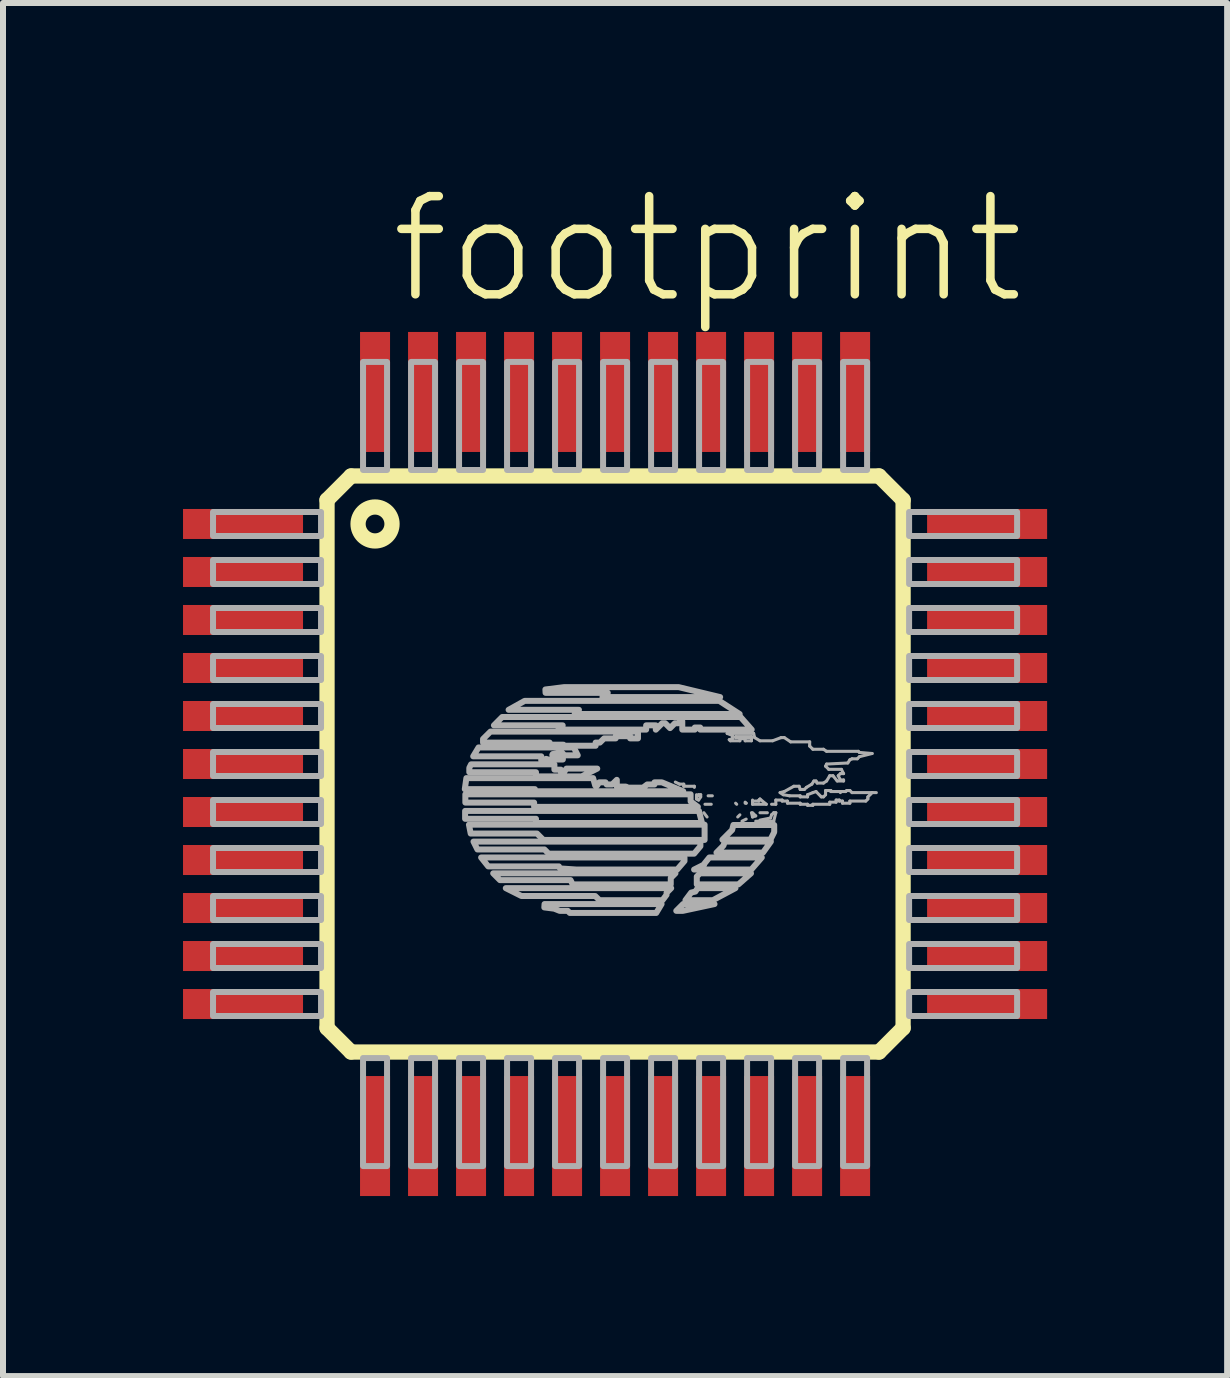
<source format=kicad_pcb>
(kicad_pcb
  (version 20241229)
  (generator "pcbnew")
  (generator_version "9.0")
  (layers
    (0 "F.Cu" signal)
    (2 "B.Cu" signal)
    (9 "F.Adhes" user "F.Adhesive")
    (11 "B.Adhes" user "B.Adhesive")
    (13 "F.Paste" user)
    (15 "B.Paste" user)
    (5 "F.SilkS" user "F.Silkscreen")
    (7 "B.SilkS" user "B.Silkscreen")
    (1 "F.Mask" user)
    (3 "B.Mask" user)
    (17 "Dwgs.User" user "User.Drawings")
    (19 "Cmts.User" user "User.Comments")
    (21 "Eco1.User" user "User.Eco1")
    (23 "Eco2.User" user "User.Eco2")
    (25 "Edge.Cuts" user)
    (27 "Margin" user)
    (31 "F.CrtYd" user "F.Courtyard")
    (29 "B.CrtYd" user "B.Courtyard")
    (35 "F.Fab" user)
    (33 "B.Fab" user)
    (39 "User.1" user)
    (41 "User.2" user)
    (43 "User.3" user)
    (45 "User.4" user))
  (footprint "footprint"
    (layer "F.Cu")
    (at 7.2 9.682)
    (property "Reference" "footprint" (at -3.81 -7.62 0) (layer "F.SilkS") (effects (font (size 1.636 1.636) (thickness 0.142)) (justify left bottom)))
    (fp_line (start -4.8 -4.4) (end -4.4 -4.8) (stroke (width 0.254) (type solid)) (layer "F.SilkS"))
    (fp_line (start -4.8 4.4) (end -4.8 -4.4) (stroke (width 0.254) (type solid)) (layer "F.SilkS"))
    (fp_line (start -4.4 -4.8) (end 4.4 -4.8) (stroke (width 0.254) (type solid)) (layer "F.SilkS"))
    (fp_line (start -4.4 4.8) (end -4.8 4.4) (stroke (width 0.254) (type solid)) (layer "F.SilkS"))
    (fp_line (start 4.4 -4.8) (end 4.8 -4.4) (stroke (width 0.254) (type solid)) (layer "F.SilkS"))
    (fp_line (start 4.4 4.8) (end -4.4 4.8) (stroke (width 0.254) (type solid)) (layer "F.SilkS"))
    (fp_line (start 4.8 -4.4) (end 4.8 4.4) (stroke (width 0.254) (type solid)) (layer "F.SilkS"))
    (fp_line (start 4.8 4.4) (end 4.4 4.8) (stroke (width 0.254) (type solid)) (layer "F.SilkS"))
    (fp_circle (center -4 -4) (end -3.717 -4) (stroke (width 0.254) (type solid)) (fill no) (layer "F.SilkS"))
    (fp_line (start 1.075 0.336) (end 1.004 0.301) (stroke (width 0.051) (type solid)) (layer "F.Fab"))
    (fp_line (start 1.145 0.336) (end 1.075 0.336) (stroke (width 0.051) (type solid)) (layer "F.Fab"))
    (fp_line (start 1.145 0.371) (end 1.145 0.336) (stroke (width 0.051) (type solid)) (layer "F.Fab"))
    (fp_line (start 1.321 0.371) (end 1.145 0.371) (stroke (width 0.051) (type solid)) (layer "F.Fab"))
    (fp_line (start 1.321 0.389) (end 1.321 0.371) (stroke (width 0.051) (type solid)) (layer "F.Fab"))
    (fp_line (start 1.357 0.512) (end 1.357 0.583) (stroke (width 0.051) (type solid)) (layer "F.Fab"))
    (fp_line (start 1.357 0.583) (end 1.392 0.601) (stroke (width 0.051) (type solid)) (layer "F.Fab"))
    (fp_line (start 1.392 0.512) (end 1.392 0.53) (stroke (width 0.051) (type solid)) (layer "F.Fab"))
    (fp_line (start 1.392 0.601) (end 1.427 0.548) (stroke (width 0.051) (type solid)) (layer "F.Fab"))
    (fp_line (start 1.427 0.512) (end 1.392 0.512) (stroke (width 0.051) (type solid)) (layer "F.Fab"))
    (fp_line (start 1.427 0.548) (end 1.427 0.512) (stroke (width 0.051) (type solid)) (layer "F.Fab"))
    (fp_line (start 1.48 0.812) (end 1.533 0.883) (stroke (width 0.051) (type solid)) (layer "F.Fab"))
    (fp_line (start 1.498 0.671) (end 1.603 0.671) (stroke (width 0.051) (type solid)) (layer "F.Fab"))
    (fp_line (start 1.551 0.53) (end 1.621 0.53) (stroke (width 0.051) (type solid)) (layer "F.Fab"))
    (fp_line (start 1.868 -0.51) (end 1.956 -0.475) (stroke (width 0.051) (type solid)) (layer "F.Fab"))
    (fp_line (start 1.903 -0.405) (end 1.921 -0.387) (stroke (width 0.051) (type solid)) (layer "F.Fab"))
    (fp_line (start 1.921 -0.387) (end 2.08 -0.387) (stroke (width 0.051) (type solid)) (layer "F.Fab"))
    (fp_line (start 1.956 -0.475) (end 1.956 -0.422) (stroke (width 0.051) (type solid)) (layer "F.Fab"))
    (fp_line (start 1.956 -0.422) (end 1.903 -0.405) (stroke (width 0.051) (type solid)) (layer "F.Fab"))
    (fp_line (start 2.009 -0.457) (end 2.009 -0.44) (stroke (width 0.051) (type solid)) (layer "F.Fab"))
    (fp_line (start 2.009 -0.44) (end 2.238 -0.44) (stroke (width 0.051) (type solid)) (layer "F.Fab"))
    (fp_line (start 2.009 0.653) (end 2.027 0.671) (stroke (width 0.051) (type solid)) (layer "F.Fab"))
    (fp_line (start 2.08 -0.422) (end 2.168 -0.422) (stroke (width 0.051) (type solid)) (layer "F.Fab"))
    (fp_line (start 2.08 -0.387) (end 2.08 -0.422) (stroke (width 0.051) (type solid)) (layer "F.Fab"))
    (fp_line (start 2.08 0.847) (end 2.044 0.883) (stroke (width 0.051) (type solid)) (layer "F.Fab"))
    (fp_line (start 2.115 0.953) (end 2.185 0.918) (stroke (width 0.051) (type solid)) (layer "F.Fab"))
    (fp_line (start 2.168 -0.422) (end 2.168 -0.387) (stroke (width 0.051) (type solid)) (layer "F.Fab"))
    (fp_line (start 2.168 -0.387) (end 2.273 -0.387) (stroke (width 0.051) (type solid)) (layer "F.Fab"))
    (fp_line (start 2.168 0.636) (end 2.185 0.653) (stroke (width 0.051) (type solid)) (layer "F.Fab"))
    (fp_line (start 2.185 0.653) (end 2.168 0.653) (stroke (width 0.051) (type solid)) (layer "F.Fab"))
    (fp_line (start 2.273 -0.457) (end 2.009 -0.457) (stroke (width 0.051) (type solid)) (layer "F.Fab"))
    (fp_line (start 2.273 -0.387) (end 2.273 -0.457) (stroke (width 0.051) (type solid)) (layer "F.Fab"))
    (fp_line (start 2.273 0.812) (end 2.291 0.883) (stroke (width 0.051) (type solid)) (layer "F.Fab"))
    (fp_line (start 2.291 0.601) (end 2.291 0.671) (stroke (width 0.051) (type solid)) (layer "F.Fab"))
    (fp_line (start 2.291 0.671) (end 2.52 0.671) (stroke (width 0.051) (type solid)) (layer "F.Fab"))
    (fp_line (start 2.291 0.883) (end 2.344 0.865) (stroke (width 0.051) (type solid)) (layer "F.Fab"))
    (fp_line (start 2.309 -0.51) (end 1.868 -0.51) (stroke (width 0.051) (type solid)) (layer "F.Fab"))
    (fp_line (start 2.326 -0.44) (end 2.309 -0.51) (stroke (width 0.051) (type solid)) (layer "F.Fab"))
    (fp_line (start 2.344 0.865) (end 2.291 0.812) (stroke (width 0.051) (type solid)) (layer "F.Fab"))
    (fp_line (start 2.344 0.953) (end 2.644 0.953) (stroke (width 0.051) (type solid)) (layer "F.Fab"))
    (fp_line (start 2.397 0.601) (end 2.397 0.618) (stroke (width 0.051) (type solid)) (layer "F.Fab"))
    (fp_line (start 2.397 0.618) (end 2.326 0.618) (stroke (width 0.051) (type solid)) (layer "F.Fab"))
    (fp_line (start 2.415 -0.387) (end 2.326 -0.44) (stroke (width 0.051) (type solid)) (layer "F.Fab"))
    (fp_line (start 2.415 0.583) (end 2.397 0.601) (stroke (width 0.051) (type solid)) (layer "F.Fab"))
    (fp_line (start 2.415 0.812) (end 2.538 0.812) (stroke (width 0.051) (type solid)) (layer "F.Fab"))
    (fp_line (start 2.52 0.671) (end 2.415 0.583) (stroke (width 0.051) (type solid)) (layer "F.Fab"))
    (fp_line (start 2.591 0.9) (end 2.415 0.935) (stroke (width 0.051) (type solid)) (layer "F.Fab"))
    (fp_line (start 2.608 0.671) (end 2.679 0.671) (stroke (width 0.051) (type solid)) (layer "F.Fab"))
    (fp_line (start 2.608 0.847) (end 2.591 0.9) (stroke (width 0.051) (type solid)) (layer "F.Fab"))
    (fp_line (start 2.626 -0.387) (end 2.415 -0.387) (stroke (width 0.051) (type solid)) (layer "F.Fab"))
    (fp_line (start 2.644 0.812) (end 2.608 0.847) (stroke (width 0.051) (type solid)) (layer "F.Fab"))
    (fp_line (start 2.644 0.953) (end 2.679 0.812) (stroke (width 0.051) (type solid)) (layer "F.Fab"))
    (fp_line (start 2.679 0.601) (end 2.785 0.601) (stroke (width 0.051) (type solid)) (layer "F.Fab"))
    (fp_line (start 2.679 0.671) (end 2.679 0.601) (stroke (width 0.051) (type solid)) (layer "F.Fab"))
    (fp_line (start 2.679 0.812) (end 2.644 0.812) (stroke (width 0.051) (type solid)) (layer "F.Fab"))
    (fp_line (start 2.75 0.477) (end 2.82 0.459) (stroke (width 0.051) (type solid)) (layer "F.Fab"))
    (fp_line (start 2.767 -0.44) (end 2.626 -0.387) (stroke (width 0.051) (type solid)) (layer "F.Fab"))
    (fp_line (start 2.785 0.601) (end 2.785 0.618) (stroke (width 0.051) (type solid)) (layer "F.Fab"))
    (fp_line (start 2.785 0.618) (end 2.873 0.618) (stroke (width 0.051) (type solid)) (layer "F.Fab"))
    (fp_line (start 2.803 0.512) (end 2.75 0.477) (stroke (width 0.051) (type solid)) (layer "F.Fab"))
    (fp_line (start 2.82 -0.44) (end 2.767 -0.44) (stroke (width 0.051) (type solid)) (layer "F.Fab"))
    (fp_line (start 2.82 0.459) (end 2.979 0.371) (stroke (width 0.051) (type solid)) (layer "F.Fab"))
    (fp_line (start 2.873 0.618) (end 2.873 0.653) (stroke (width 0.051) (type solid)) (layer "F.Fab"))
    (fp_line (start 2.873 0.653) (end 3.085 0.653) (stroke (width 0.051) (type solid)) (layer "F.Fab"))
    (fp_line (start 2.908 0.53) (end 2.803 0.512) (stroke (width 0.051) (type solid)) (layer "F.Fab"))
    (fp_line (start 2.926 -0.369) (end 2.82 -0.44) (stroke (width 0.051) (type solid)) (layer "F.Fab"))
    (fp_line (start 2.979 0.371) (end 3.067 0.371) (stroke (width 0.051) (type solid)) (layer "F.Fab"))
    (fp_line (start 3.067 0.371) (end 3.085 0.424) (stroke (width 0.051) (type solid)) (layer "F.Fab"))
    (fp_line (start 3.085 0.424) (end 3.155 0.424) (stroke (width 0.051) (type solid)) (layer "F.Fab"))
    (fp_line (start 3.085 0.53) (end 2.908 0.53) (stroke (width 0.051) (type solid)) (layer "F.Fab"))
    (fp_line (start 3.085 0.548) (end 3.085 0.53) (stroke (width 0.051) (type solid)) (layer "F.Fab"))
    (fp_line (start 3.085 0.653) (end 3.085 0.671) (stroke (width 0.051) (type solid)) (layer "F.Fab"))
    (fp_line (start 3.085 0.671) (end 3.208 0.671) (stroke (width 0.051) (type solid)) (layer "F.Fab"))
    (fp_line (start 3.155 0.424) (end 3.19 0.389) (stroke (width 0.051) (type solid)) (layer "F.Fab"))
    (fp_line (start 3.19 0.389) (end 3.279 0.336) (stroke (width 0.051) (type solid)) (layer "F.Fab"))
    (fp_line (start 3.208 0.512) (end 3.208 0.548) (stroke (width 0.051) (type solid)) (layer "F.Fab"))
    (fp_line (start 3.208 0.548) (end 3.085 0.548) (stroke (width 0.051) (type solid)) (layer "F.Fab"))
    (fp_line (start 3.208 0.671) (end 3.208 0.689) (stroke (width 0.051) (type solid)) (layer "F.Fab"))
    (fp_line (start 3.208 0.689) (end 3.296 0.689) (stroke (width 0.051) (type solid)) (layer "F.Fab"))
    (fp_line (start 3.243 -0.369) (end 2.926 -0.369) (stroke (width 0.051) (type solid)) (layer "F.Fab"))
    (fp_line (start 3.243 -0.299) (end 3.243 -0.369) (stroke (width 0.051) (type solid)) (layer "F.Fab"))
    (fp_line (start 3.279 0.336) (end 3.314 0.283) (stroke (width 0.051) (type solid)) (layer "F.Fab"))
    (fp_line (start 3.296 -0.246) (end 3.243 -0.299) (stroke (width 0.051) (type solid)) (layer "F.Fab"))
    (fp_line (start 3.296 0.477) (end 3.208 0.512) (stroke (width 0.051) (type solid)) (layer "F.Fab"))
    (fp_line (start 3.296 0.671) (end 3.578 0.671) (stroke (width 0.051) (type solid)) (layer "F.Fab"))
    (fp_line (start 3.296 0.689) (end 3.296 0.671) (stroke (width 0.051) (type solid)) (layer "F.Fab"))
    (fp_line (start 3.314 0.283) (end 3.349 0.283) (stroke (width 0.051) (type solid)) (layer "F.Fab"))
    (fp_line (start 3.349 0.283) (end 3.367 0.318) (stroke (width 0.051) (type solid)) (layer "F.Fab"))
    (fp_line (start 3.349 0.459) (end 3.296 0.477) (stroke (width 0.051) (type solid)) (layer "F.Fab"))
    (fp_line (start 3.367 0.318) (end 3.473 0.318) (stroke (width 0.051) (type solid)) (layer "F.Fab"))
    (fp_line (start 3.437 0.548) (end 3.349 0.459) (stroke (width 0.051) (type solid)) (layer "F.Fab"))
    (fp_line (start 3.473 -0.246) (end 3.296 -0.246) (stroke (width 0.051) (type solid)) (layer "F.Fab"))
    (fp_line (start 3.473 0.318) (end 3.525 0.283) (stroke (width 0.051) (type solid)) (layer "F.Fab"))
    (fp_line (start 3.473 0.548) (end 3.437 0.548) (stroke (width 0.051) (type solid)) (layer "F.Fab"))
    (fp_line (start 3.508 0.036) (end 3.525 0.001) (stroke (width 0.051) (type solid)) (layer "F.Fab"))
    (fp_line (start 3.508 0.442) (end 3.508 0.512) (stroke (width 0.051) (type solid)) (layer "F.Fab"))
    (fp_line (start 3.508 0.512) (end 3.473 0.548) (stroke (width 0.051) (type solid)) (layer "F.Fab"))
    (fp_line (start 3.525 -0.211) (end 3.473 -0.246) (stroke (width 0.051) (type solid)) (layer "F.Fab"))
    (fp_line (start 3.525 0.001) (end 3.878 -0.017) (stroke (width 0.051) (type solid)) (layer "F.Fab"))
    (fp_line (start 3.525 0.283) (end 3.578 0.195) (stroke (width 0.051) (type solid)) (layer "F.Fab"))
    (fp_line (start 3.561 0.089) (end 3.508 0.036) (stroke (width 0.051) (type solid)) (layer "F.Fab"))
    (fp_line (start 3.578 0.195) (end 3.631 0.195) (stroke (width 0.051) (type solid)) (layer "F.Fab"))
    (fp_line (start 3.578 0.636) (end 3.684 0.636) (stroke (width 0.051) (type solid)) (layer "F.Fab"))
    (fp_line (start 3.578 0.671) (end 3.578 0.636) (stroke (width 0.051) (type solid)) (layer "F.Fab"))
    (fp_line (start 3.596 0.442) (end 3.508 0.442) (stroke (width 0.051) (type solid)) (layer "F.Fab"))
    (fp_line (start 3.596 0.459) (end 3.596 0.442) (stroke (width 0.051) (type solid)) (layer "F.Fab"))
    (fp_line (start 3.631 0.195) (end 3.702 0.283) (stroke (width 0.051) (type solid)) (layer "F.Fab"))
    (fp_line (start 3.684 0.601) (end 3.737 0.601) (stroke (width 0.051) (type solid)) (layer "F.Fab"))
    (fp_line (start 3.684 0.636) (end 3.684 0.601) (stroke (width 0.051) (type solid)) (layer "F.Fab"))
    (fp_line (start 3.702 0.283) (end 3.808 0.283) (stroke (width 0.051) (type solid)) (layer "F.Fab"))
    (fp_line (start 3.719 0.195) (end 3.755 0.16) (stroke (width 0.051) (type solid)) (layer "F.Fab"))
    (fp_line (start 3.737 0.601) (end 3.737 0.618) (stroke (width 0.051) (type solid)) (layer "F.Fab"))
    (fp_line (start 3.737 0.618) (end 3.79 0.618) (stroke (width 0.051) (type solid)) (layer "F.Fab"))
    (fp_line (start 3.755 0.16) (end 3.808 0.16) (stroke (width 0.051) (type solid)) (layer "F.Fab"))
    (fp_line (start 3.755 0.266) (end 3.719 0.195) (stroke (width 0.051) (type solid)) (layer "F.Fab"))
    (fp_line (start 3.755 0.459) (end 3.596 0.459) (stroke (width 0.051) (type solid)) (layer "F.Fab"))
    (fp_line (start 3.755 0.477) (end 3.755 0.459) (stroke (width 0.051) (type solid)) (layer "F.Fab"))
    (fp_line (start 3.772 0.089) (end 3.561 0.089) (stroke (width 0.051) (type solid)) (layer "F.Fab"))
    (fp_line (start 3.79 0.618) (end 3.79 0.653) (stroke (width 0.051) (type solid)) (layer "F.Fab"))
    (fp_line (start 3.79 0.653) (end 3.913 0.653) (stroke (width 0.051) (type solid)) (layer "F.Fab"))
    (fp_line (start 3.808 0.16) (end 3.772 0.089) (stroke (width 0.051) (type solid)) (layer "F.Fab"))
    (fp_line (start 3.808 0.266) (end 3.755 0.266) (stroke (width 0.051) (type solid)) (layer "F.Fab"))
    (fp_line (start 3.808 0.283) (end 3.808 0.266) (stroke (width 0.051) (type solid)) (layer "F.Fab"))
    (fp_line (start 3.843 0.459) (end 3.755 0.459) (stroke (width 0.051) (type solid)) (layer "F.Fab"))
    (fp_line (start 3.86 0.442) (end 3.843 0.459) (stroke (width 0.051) (type solid)) (layer "F.Fab"))
    (fp_line (start 3.878 -0.017) (end 3.913 -0.07) (stroke (width 0.051) (type solid)) (layer "F.Fab"))
    (fp_line (start 3.913 -0.07) (end 3.949 -0.087) (stroke (width 0.051) (type solid)) (layer "F.Fab"))
    (fp_line (start 3.913 0.442) (end 3.86 0.442) (stroke (width 0.051) (type solid)) (layer "F.Fab"))
    (fp_line (start 3.913 0.618) (end 4.178 0.618) (stroke (width 0.051) (type solid)) (layer "F.Fab"))
    (fp_line (start 3.913 0.653) (end 3.913 0.618) (stroke (width 0.051) (type solid)) (layer "F.Fab"))
    (fp_line (start 3.949 -0.087) (end 4.037 -0.087) (stroke (width 0.051) (type solid)) (layer "F.Fab"))
    (fp_line (start 3.949 0.477) (end 3.913 0.442) (stroke (width 0.051) (type solid)) (layer "F.Fab"))
    (fp_line (start 4.037 -0.087) (end 4.072 -0.122) (stroke (width 0.051) (type solid)) (layer "F.Fab"))
    (fp_line (start 4.054 -0.211) (end 3.525 -0.211) (stroke (width 0.051) (type solid)) (layer "F.Fab"))
    (fp_line (start 4.072 -0.193) (end 4.054 -0.211) (stroke (width 0.051) (type solid)) (layer "F.Fab"))
    (fp_line (start 4.072 -0.122) (end 4.284 -0.175) (stroke (width 0.051) (type solid)) (layer "F.Fab"))
    (fp_line (start 4.178 0.618) (end 4.213 0.583) (stroke (width 0.051) (type solid)) (layer "F.Fab"))
    (fp_line (start 4.213 0.548) (end 4.248 0.512) (stroke (width 0.051) (type solid)) (layer "F.Fab"))
    (fp_line (start 4.213 0.583) (end 4.213 0.548) (stroke (width 0.051) (type solid)) (layer "F.Fab"))
    (fp_line (start 4.248 0.512) (end 4.284 0.477) (stroke (width 0.051) (type solid)) (layer "F.Fab"))
    (fp_line (start 4.284 -0.175) (end 4.072 -0.193) (stroke (width 0.051) (type solid)) (layer "F.Fab"))
    (fp_line (start 4.284 0.477) (end 3.949 0.477) (stroke (width 0.051) (type solid)) (layer "F.Fab"))
    (fp_line (start 4.284 0.477) (end 4.354 0.477) (stroke (width 0.051) (type solid)) (layer "F.Fab"))
    (fp_poly (pts (xy -6.7 -3.8) (xy -4.9 -3.8) (xy -4.9 -4.2) (xy -6.7 -4.2)) (stroke (width 0.1) (type solid)) (fill no) (layer "F.Fab"))
    (fp_poly (pts (xy -6.7 -3) (xy -4.9 -3) (xy -4.9 -3.4) (xy -6.7 -3.4)) (stroke (width 0.1) (type solid)) (fill no) (layer "F.Fab"))
    (fp_poly (pts (xy -6.7 -2.2) (xy -4.9 -2.2) (xy -4.9 -2.6) (xy -6.7 -2.6)) (stroke (width 0.1) (type solid)) (fill no) (layer "F.Fab"))
    (fp_poly (pts (xy -6.7 -1.4) (xy -4.9 -1.4) (xy -4.9 -1.8) (xy -6.7 -1.8)) (stroke (width 0.1) (type solid)) (fill no) (layer "F.Fab"))
    (fp_poly (pts (xy -6.7 -0.6) (xy -4.9 -0.6) (xy -4.9 -1) (xy -6.7 -1)) (stroke (width 0.1) (type solid)) (fill no) (layer "F.Fab"))
    (fp_poly (pts (xy -6.7 0.2) (xy -4.9 0.2) (xy -4.9 -0.2) (xy -6.7 -0.2)) (stroke (width 0.1) (type solid)) (fill no) (layer "F.Fab"))
    (fp_poly (pts (xy -6.7 1) (xy -4.9 1) (xy -4.9 0.6) (xy -6.7 0.6)) (stroke (width 0.1) (type solid)) (fill no) (layer "F.Fab"))
    (fp_poly (pts (xy -6.7 1.8) (xy -4.9 1.8) (xy -4.9 1.4) (xy -6.7 1.4)) (stroke (width 0.1) (type solid)) (fill no) (layer "F.Fab"))
    (fp_poly (pts (xy -6.7 2.6) (xy -4.9 2.6) (xy -4.9 2.2) (xy -6.7 2.2)) (stroke (width 0.1) (type solid)) (fill no) (layer "F.Fab"))
    (fp_poly (pts (xy -6.7 3.4) (xy -4.9 3.4) (xy -4.9 3) (xy -6.7 3)) (stroke (width 0.1) (type solid)) (fill no) (layer "F.Fab"))
    (fp_poly (pts (xy -6.7 4.2) (xy -4.9 4.2) (xy -4.9 3.8) (xy -6.7 3.8)) (stroke (width 0.1) (type solid)) (fill no) (layer "F.Fab"))
    (fp_poly (pts (xy -4.2 -4.9) (xy -3.8 -4.9) (xy -3.8 -6.7) (xy -4.2 -6.7)) (stroke (width 0.1) (type solid)) (fill no) (layer "F.Fab"))
    (fp_poly (pts (xy -4.2 6.7) (xy -3.8 6.7) (xy -3.8 4.9) (xy -4.2 4.9)) (stroke (width 0.1) (type solid)) (fill no) (layer "F.Fab"))
    (fp_poly (pts (xy -3.4 -4.9) (xy -3 -4.9) (xy -3 -6.7) (xy -3.4 -6.7)) (stroke (width 0.1) (type solid)) (fill no) (layer "F.Fab"))
    (fp_poly (pts (xy -3.4 6.7) (xy -3 6.7) (xy -3 4.9) (xy -3.4 4.9)) (stroke (width 0.1) (type solid)) (fill no) (layer "F.Fab"))
    (fp_poly (pts (xy -2.6 -4.9) (xy -2.2 -4.9) (xy -2.2 -6.7) (xy -2.6 -6.7)) (stroke (width 0.1) (type solid)) (fill no) (layer "F.Fab"))
    (fp_poly (pts (xy -2.6 6.7) (xy -2.2 6.7) (xy -2.2 4.9) (xy -2.6 4.9)) (stroke (width 0.1) (type solid)) (fill no) (layer "F.Fab"))
    (fp_poly (pts (xy -1.8 -4.9) (xy -1.4 -4.9) (xy -1.4 -6.7) (xy -1.8 -6.7)) (stroke (width 0.1) (type solid)) (fill no) (layer "F.Fab"))
    (fp_poly (pts (xy -1.8 6.7) (xy -1.4 6.7) (xy -1.4 4.9) (xy -1.8 4.9)) (stroke (width 0.1) (type solid)) (fill no) (layer "F.Fab"))
    (fp_poly (pts (xy -1 -4.9) (xy -0.6 -4.9) (xy -0.6 -6.7) (xy -1 -6.7)) (stroke (width 0.1) (type solid)) (fill no) (layer "F.Fab"))
    (fp_poly (pts (xy -1 6.7) (xy -0.6 6.7) (xy -0.6 4.9) (xy -1 4.9)) (stroke (width 0.1) (type solid)) (fill no) (layer "F.Fab"))
    (fp_poly (pts (xy -0.2 -4.9) (xy 0.2 -4.9) (xy 0.2 -6.7) (xy -0.2 -6.7)) (stroke (width 0.1) (type solid)) (fill no) (layer "F.Fab"))
    (fp_poly (pts (xy -0.2 6.7) (xy 0.2 6.7) (xy 0.2 4.9) (xy -0.2 4.9)) (stroke (width 0.1) (type solid)) (fill no) (layer "F.Fab"))
    (fp_poly (pts (xy 0.6 -4.9) (xy 1 -4.9) (xy 1 -6.7) (xy 0.6 -6.7)) (stroke (width 0.1) (type solid)) (fill no) (layer "F.Fab"))
    (fp_poly (pts (xy 0.6 6.7) (xy 1 6.7) (xy 1 4.9) (xy 0.6 4.9)) (stroke (width 0.1) (type solid)) (fill no) (layer "F.Fab"))
    (fp_poly (pts (xy 1.131 2.447) (xy 1.02 2.447) (xy 1.133 2.334) (xy 1.657 2.334)) (stroke (width 0.1) (type solid)) (fill no) (layer "F.Fab"))
    (fp_poly (pts (xy 1.4 -4.9) (xy 1.8 -4.9) (xy 1.8 -6.7) (xy 1.4 -6.7)) (stroke (width 0.1) (type solid)) (fill no) (layer "F.Fab"))
    (fp_poly (pts (xy 1.4 6.7) (xy 1.8 6.7) (xy 1.8 4.9) (xy 1.4 4.9)) (stroke (width 0.1) (type solid)) (fill no) (layer "F.Fab"))
    (fp_poly (pts (xy 2.2 -4.9) (xy 2.6 -4.9) (xy 2.6 -6.7) (xy 2.2 -6.7)) (stroke (width 0.1) (type solid)) (fill no) (layer "F.Fab"))
    (fp_poly (pts (xy 2.2 6.7) (xy 2.6 6.7) (xy 2.6 4.9) (xy 2.2 4.9)) (stroke (width 0.1) (type solid)) (fill no) (layer "F.Fab"))
    (fp_poly (pts (xy 3 -4.9) (xy 3.4 -4.9) (xy 3.4 -6.7) (xy 3 -6.7)) (stroke (width 0.1) (type solid)) (fill no) (layer "F.Fab"))
    (fp_poly (pts (xy 3 6.7) (xy 3.4 6.7) (xy 3.4 4.9) (xy 3 4.9)) (stroke (width 0.1) (type solid)) (fill no) (layer "F.Fab"))
    (fp_poly (pts (xy 3.8 -4.9) (xy 4.2 -4.9) (xy 4.2 -6.7) (xy 3.8 -6.7)) (stroke (width 0.1) (type solid)) (fill no) (layer "F.Fab"))
    (fp_poly (pts (xy 3.8 6.7) (xy 4.2 6.7) (xy 4.2 4.9) (xy 3.8 4.9)) (stroke (width 0.1) (type solid)) (fill no) (layer "F.Fab"))
    (fp_poly (pts (xy 4.9 -3.8) (xy 6.7 -3.8) (xy 6.7 -4.2) (xy 4.9 -4.2)) (stroke (width 0.1) (type solid)) (fill no) (layer "F.Fab"))
    (fp_poly (pts (xy 4.9 -3) (xy 6.7 -3) (xy 6.7 -3.4) (xy 4.9 -3.4)) (stroke (width 0.1) (type solid)) (fill no) (layer "F.Fab"))
    (fp_poly (pts (xy 4.9 -2.2) (xy 6.7 -2.2) (xy 6.7 -2.6) (xy 4.9 -2.6)) (stroke (width 0.1) (type solid)) (fill no) (layer "F.Fab"))
    (fp_poly (pts (xy 4.9 -1.4) (xy 6.7 -1.4) (xy 6.7 -1.8) (xy 4.9 -1.8)) (stroke (width 0.1) (type solid)) (fill no) (layer "F.Fab"))
    (fp_poly (pts (xy 4.9 -0.6) (xy 6.7 -0.6) (xy 6.7 -1) (xy 4.9 -1)) (stroke (width 0.1) (type solid)) (fill no) (layer "F.Fab"))
    (fp_poly (pts (xy 4.9 0.2) (xy 6.7 0.2) (xy 6.7 -0.2) (xy 4.9 -0.2)) (stroke (width 0.1) (type solid)) (fill no) (layer "F.Fab"))
    (fp_poly (pts (xy 4.9 1) (xy 6.7 1) (xy 6.7 0.6) (xy 4.9 0.6)) (stroke (width 0.1) (type solid)) (fill no) (layer "F.Fab"))
    (fp_poly (pts (xy 4.9 1.8) (xy 6.7 1.8) (xy 6.7 1.4) (xy 4.9 1.4)) (stroke (width 0.1) (type solid)) (fill no) (layer "F.Fab"))
    (fp_poly (pts (xy 4.9 2.6) (xy 6.7 2.6) (xy 6.7 2.2) (xy 4.9 2.2)) (stroke (width 0.1) (type solid)) (fill no) (layer "F.Fab"))
    (fp_poly (pts (xy 4.9 3.4) (xy 6.7 3.4) (xy 6.7 3) (xy 4.9 3)) (stroke (width 0.1) (type solid)) (fill no) (layer "F.Fab"))
    (fp_poly (pts (xy 4.9 4.2) (xy 6.7 4.2) (xy 6.7 3.8) (xy 4.9 3.8)) (stroke (width 0.1) (type solid)) (fill no) (layer "F.Fab"))
    (fp_poly (pts (xy 2.056 2.006) (xy 1.362 2.006) (xy 1.362 1.875) (xy 1.415 1.822) (xy 2.265 1.822)) (stroke (width 0.1) (type solid)) (fill no) (layer "F.Fab"))
    (fp_poly (pts (xy 2.465 1.477) (xy 1.69 1.477) (xy 1.806 1.36) (xy 1.829 1.293) (xy 2.596 1.293)) (stroke (width 0.1) (type solid)) (fill no) (layer "F.Fab"))
    (fp_poly (pts (xy 1.448 0.983) (xy -1.318 0.983) (xy -1.318 0.913) (xy -2.499 0.913) (xy -2.499 0.782) (xy 1.398 0.782)) (stroke (width 0.1) (type solid)) (fill no) (layer "F.Fab"))
    (fp_poly (pts (xy 1.629 2.27) (xy 1.173 2.27) (xy 1.268 2.143) (xy 1.338 2.126) (xy 1.376 2.069) (xy 2.006 2.069)) (stroke (width 0.1) (type solid)) (fill no) (layer "F.Fab"))
    (fp_poly (pts (xy 2.076 -0.833) (xy -0.673 -0.833) (xy -0.602 -0.903) (xy -1.774 -0.903) (xy -1.507 -1.052) (xy 1.736 -1.052)) (stroke (width 0.1) (type solid)) (fill no) (layer "F.Fab"))
    (fp_poly (pts (xy 2.27 1.759) (xy 1.317 1.759) (xy 1.485 1.675) (xy 1.485 1.665) (xy 1.571 1.558) (xy 2.445 1.558)) (stroke (width 0.1) (type solid)) (fill no) (layer "F.Fab"))
    (fp_poly (pts (xy 2.652 1.135) (xy 2.589 1.261) (xy 1.789 1.261) (xy 1.951 1.099) (xy 1.972 1.016) (xy 2.652 1.016)) (stroke (width 0.1) (type solid)) (fill no) (layer "F.Fab"))
    (fp_poly (pts (xy 0.928 1.9) (xy 0.928 2.006) (xy -0.707 2.006) (xy -0.742 1.935) (xy -1.918 1.935) (xy -2.031 1.822) (xy 1.006 1.822)) (stroke (width 0.1) (type solid)) (fill no) (layer "F.Fab"))
    (fp_poly (pts (xy 1.259 0.623) (xy 1.38 0.714) (xy -1.349 0.714) (xy -1.349 0.643) (xy -2.495 0.643) (xy -2.495 0.505) (xy 1.259 0.505)) (stroke (width 0.1) (type solid)) (fill no) (layer "F.Fab"))
    (fp_poly (pts (xy 1.422 1.37) (xy 1.318 1.494) (xy -1.107 1.494) (xy -1.177 1.424) (xy -2.294 1.424) (xy -2.359 1.293) (xy 1.422 1.293)) (stroke (width 0.1) (type solid)) (fill no) (layer "F.Fab"))
    (fp_poly (pts (xy 1.492 1.265) (xy -1.195 1.265) (xy -1.292 1.168) (xy -1.301 1.159) (xy -2.406 1.159) (xy -2.435 1.011) (xy 1.492 1.011)) (stroke (width 0.1) (type solid)) (fill no) (layer "F.Fab"))
    (fp_poly (pts (xy 1.751 -1.115) (xy -0.21 -1.115) (xy -0.122 -1.186) (xy -1.158 -1.186) (xy -1.161 -1.242) (xy -0.849 -1.281) (xy 1.06 -1.281)) (stroke (width 0.1) (type solid)) (fill no) (layer "F.Fab"))
    (fp_poly (pts (xy 0.686 2.482) (xy -0.754 2.482) (xy -0.789 2.447) (xy -0.924 2.447) (xy -1.014 2.411) (xy -1.179 2.39) (xy -1.175 2.334) (xy 0.775 2.334)) (stroke (width 0.1) (type solid)) (fill no) (layer "F.Fab"))
    (fp_poly (pts (xy 0.858 2.147) (xy 0.858 2.18) (xy 0.79 2.27) (xy -0.26 2.27) (xy -0.331 2.2) (xy -1.56 2.2) (xy -1.821 2.069) (xy 0.935 2.069)) (stroke (width 0.1) (type solid)) (fill no) (layer "F.Fab"))
    (fp_poly (pts (xy 1.157 1.617) (xy 1.035 1.759) (xy -0.637 1.759) (xy -0.919 1.74) (xy -0.936 1.706) (xy -2.114 1.706) (xy -2.232 1.558) (xy 1.157 1.558)) (stroke (width 0.1) (type solid)) (fill no) (layer "F.Fab"))
    (fp_poly (pts (xy -1.011 0.094) (xy -0.905 0.094) (xy -0.905 0.13) (xy -0.846 0.13) (xy -0.81 0.077) (xy -0.297 0.077) (xy -0.558 0.207) (xy -1.318 0.207) (xy -1.318 0.137) (xy -2.429 0.137) (xy -2.429 0.064) (xy -2.4 0.006) (xy -1.011 0.006)) (stroke (width 0.1) (type solid)) (fill no) (layer "F.Fab"))
    (fp_poly (pts (xy -0.622 -0.145) (xy -0.842 -0.145) (xy -0.877 -0.181) (xy -0.933 -0.181) (xy -1.039 -0.166) (xy -1.046 -0.152) (xy -0.87 -0.152) (xy -0.87 -0.075) (xy -1.117 -0.075) (xy -1.149 -0.086) (xy -1.164 -0.057) (xy -1.23 -0.057) (xy -1.23 -0.128) (xy -2.364 -0.128) (xy -2.275 -0.276) (xy -0.688 -0.276)) (stroke (width 0.1) (type solid)) (fill no) (layer "F.Fab"))
    (fp_poly (pts (xy 0.382 -0.427) (xy 0.251 -0.427) (xy 0.251 -0.463) (xy 0.011 -0.463) (xy 0.011 -0.463) (xy 0.011 -0.427) (xy -0.182 -0.427) (xy -0.253 -0.357) (xy -0.324 -0.357) (xy -0.324 -0.357) (xy -0.324 -0.304) (xy -0.842 -0.304) (xy -0.86 -0.322) (xy -1.107 -0.322) (xy -1.09 -0.357) (xy -2.2 -0.357) (xy -2.2 -0.417) (xy -2.076 -0.54) (xy 0.382 -0.54)) (stroke (width 0.1) (type solid)) (fill no) (layer "F.Fab"))
    (fp_poly (pts (xy -0.331 0.359) (xy -0.299 0.359) (xy -0.264 0.306) (xy -0.159 0.306) (xy -0.141 0.341) (xy -0.049 0.341) (xy 0.029 0.264) (xy 0.029 0.377) (xy 0.182 0.377) (xy 0.218 0.394) (xy 0.465 0.394) (xy 0.536 0.341) (xy 0.657 0.341) (xy 0.657 0.306) (xy 0.781 0.306) (xy 1.136 0.454) (xy -1.336 0.454) (xy -1.336 0.419) (xy -2.504 0.419) (xy -2.478 0.235) (xy -0.366 0.235)) (stroke (width 0.1) (type solid)) (fill no) (layer "F.Fab"))
    (fp_poly (pts (xy 2.277 -0.573) (xy 1.419 -0.573) (xy 1.419 -0.608) (xy 1.329 -0.608) (xy 1.329 -0.573) (xy 1.12 -0.573) (xy 1.12 -0.714) (xy 1.085 -0.714) (xy 1.05 -0.679) (xy 0.997 -0.679) (xy 0.916 -0.598) (xy 0.835 -0.679) (xy 0.785 -0.679) (xy 0.679 -0.572) (xy 0.679 -0.644) (xy 0.518 -0.644) (xy 0.518 -0.573) (xy -0.944 -0.573) (xy -0.873 -0.644) (xy -2.019 -0.644) (xy -1.881 -0.783) (xy 2.091 -0.783)) (stroke (width 0.1) (type solid)) (fill no) (layer "F.Fab"))
    (pad "1" smd rect (at -6.2 -4) (size 2 0.5) (layers "F.Cu" "F.Mask" "F.Paste"))
    (pad "2" smd rect (at -6.2 -3.2) (size 2 0.5) (layers "F.Cu" "F.Mask" "F.Paste"))
    (pad "3" smd rect (at -6.2 -2.4) (size 2 0.5) (layers "F.Cu" "F.Mask" "F.Paste"))
    (pad "4" smd rect (at -6.2 -1.6) (size 2 0.5) (layers "F.Cu" "F.Mask" "F.Paste"))
    (pad "5" smd rect (at -6.2 -0.8) (size 2 0.5) (layers "F.Cu" "F.Mask" "F.Paste"))
    (pad "6" smd rect (at -6.2 0) (size 2 0.5) (layers "F.Cu" "F.Mask" "F.Paste"))
    (pad "7" smd rect (at -6.2 0.8) (size 2 0.5) (layers "F.Cu" "F.Mask" "F.Paste"))
    (pad "8" smd rect (at -6.2 1.6) (size 2 0.5) (layers "F.Cu" "F.Mask" "F.Paste"))
    (pad "9" smd rect (at -6.2 2.4) (size 2 0.5) (layers "F.Cu" "F.Mask" "F.Paste"))
    (pad "10" smd rect (at -6.2 3.2) (size 2 0.5) (layers "F.Cu" "F.Mask" "F.Paste"))
    (pad "11" smd rect (at -6.2 4) (size 2 0.5) (layers "F.Cu" "F.Mask" "F.Paste"))
    (pad "12" smd rect (at -4 6.2) (size 0.5 2) (layers "F.Cu" "F.Mask" "F.Paste"))
    (pad "13" smd rect (at -3.2 6.2) (size 0.5 2) (layers "F.Cu" "F.Mask" "F.Paste"))
    (pad "14" smd rect (at -2.4 6.2) (size 0.5 2) (layers "F.Cu" "F.Mask" "F.Paste"))
    (pad "15" smd rect (at -1.6 6.2) (size 0.5 2) (layers "F.Cu" "F.Mask" "F.Paste"))
    (pad "16" smd rect (at -0.8 6.2) (size 0.5 2) (layers "F.Cu" "F.Mask" "F.Paste"))
    (pad "17" smd rect (at 0 6.2) (size 0.5 2) (layers "F.Cu" "F.Mask" "F.Paste"))
    (pad "18" smd rect (at 0.8 6.2) (size 0.5 2) (layers "F.Cu" "F.Mask" "F.Paste"))
    (pad "19" smd rect (at 1.6 6.2) (size 0.5 2) (layers "F.Cu" "F.Mask" "F.Paste"))
    (pad "20" smd rect (at 2.4 6.2) (size 0.5 2) (layers "F.Cu" "F.Mask" "F.Paste"))
    (pad "21" smd rect (at 3.2 6.2) (size 0.5 2) (layers "F.Cu" "F.Mask" "F.Paste"))
    (pad "22" smd rect (at 4 6.2) (size 0.5 2) (layers "F.Cu" "F.Mask" "F.Paste"))
    (pad "23" smd rect (at 6.2 4) (size 2 0.5) (layers "F.Cu" "F.Mask" "F.Paste"))
    (pad "24" smd rect (at 6.2 3.2) (size 2 0.5) (layers "F.Cu" "F.Mask" "F.Paste"))
    (pad "25" smd rect (at 6.2 2.4) (size 2 0.5) (layers "F.Cu" "F.Mask" "F.Paste"))
    (pad "26" smd rect (at 6.2 1.6) (size 2 0.5) (layers "F.Cu" "F.Mask" "F.Paste"))
    (pad "27" smd rect (at 6.2 0.8) (size 2 0.5) (layers "F.Cu" "F.Mask" "F.Paste"))
    (pad "28" smd rect (at 6.2 0) (size 2 0.5) (layers "F.Cu" "F.Mask" "F.Paste"))
    (pad "29" smd rect (at 6.2 -0.8) (size 2 0.5) (layers "F.Cu" "F.Mask" "F.Paste"))
    (pad "30" smd rect (at 6.2 -1.6) (size 2 0.5) (layers "F.Cu" "F.Mask" "F.Paste"))
    (pad "31" smd rect (at 6.2 -2.4) (size 2 0.5) (layers "F.Cu" "F.Mask" "F.Paste"))
    (pad "32" smd rect (at 6.2 -3.2) (size 2 0.5) (layers "F.Cu" "F.Mask" "F.Paste"))
    (pad "33" smd rect (at 6.2 -4) (size 2 0.5) (layers "F.Cu" "F.Mask" "F.Paste"))
    (pad "34" smd rect (at 4 -6.2) (size 0.5 2) (layers "F.Cu" "F.Mask" "F.Paste"))
    (pad "35" smd rect (at 3.2 -6.2) (size 0.5 2) (layers "F.Cu" "F.Mask" "F.Paste"))
    (pad "36" smd rect (at 2.4 -6.2) (size 0.5 2) (layers "F.Cu" "F.Mask" "F.Paste"))
    (pad "37" smd rect (at 1.6 -6.2) (size 0.5 2) (layers "F.Cu" "F.Mask" "F.Paste"))
    (pad "38" smd rect (at 0.8 -6.2) (size 0.5 2) (layers "F.Cu" "F.Mask" "F.Paste"))
    (pad "39" smd rect (at 0 -6.2) (size 0.5 2) (layers "F.Cu" "F.Mask" "F.Paste"))
    (pad "40" smd rect (at -0.8 -6.2) (size 0.5 2) (layers "F.Cu" "F.Mask" "F.Paste"))
    (pad "41" smd rect (at -1.6 -6.2) (size 0.5 2) (layers "F.Cu" "F.Mask" "F.Paste"))
    (pad "42" smd rect (at -2.4 -6.2) (size 0.5 2) (layers "F.Cu" "F.Mask" "F.Paste"))
    (pad "43" smd rect (at -3.2 -6.2) (size 0.5 2) (layers "F.Cu" "F.Mask" "F.Paste"))
    (pad "44" smd rect (at -4 -6.2) (size 0.5 2) (layers "F.Cu" "F.Mask" "F.Paste")))
  (gr_rect
    (start -3 -3)
    (end 17.4 19.882)
    (stroke (width 0.1) (type default))
    (fill no)
    (layer "Edge.Cuts")))
</source>
